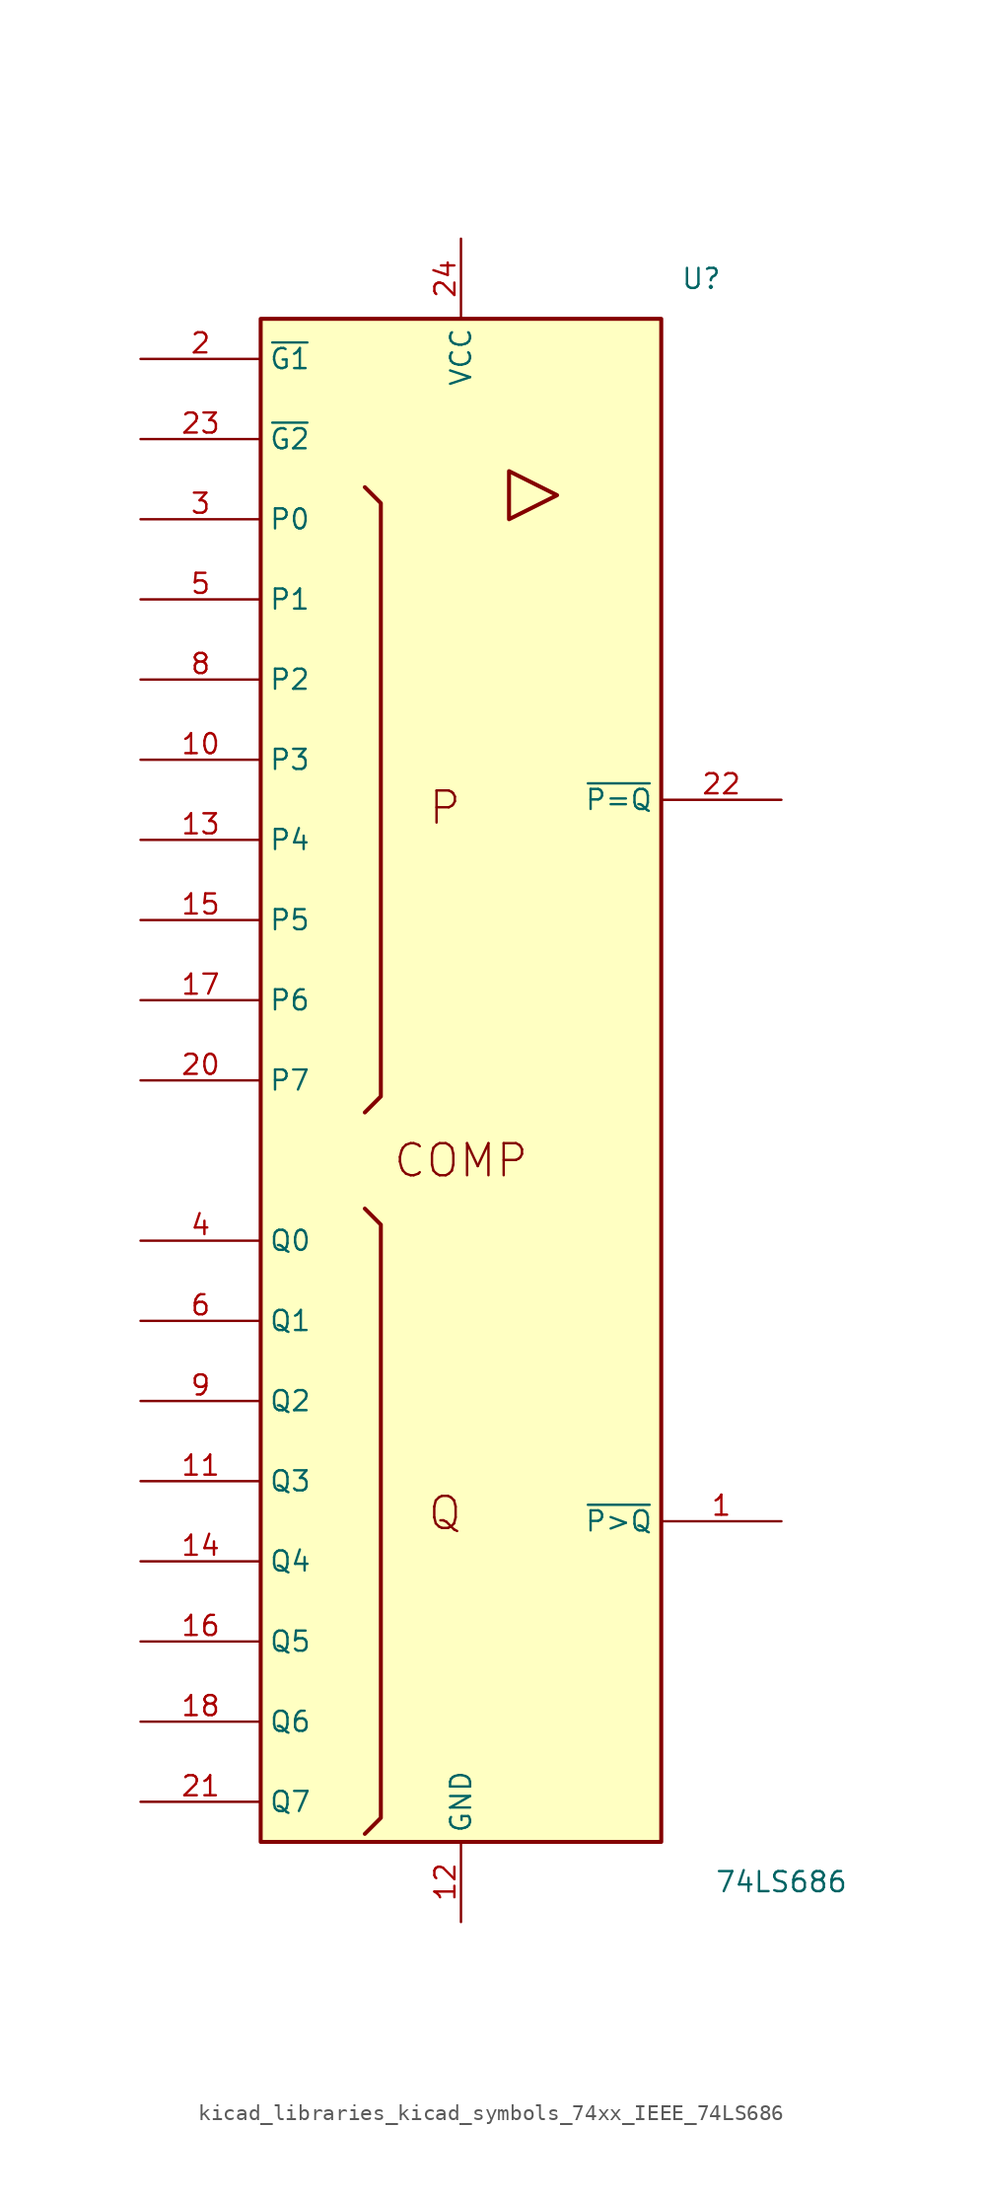
<source format=kicad_sym>
(kicad_symbol_lib
  (version 20220914)
  (generator kicad_symbol_editor)
  (symbol "kicad_libraries_kicad_symbols_74xx_IEEE_74LS686"
    (property "Reference" "U"
      (at 15.24 55.88 0)
      (effects (font (size 1.27 1.27))))
    (property "Value" "74LS686"
      (at 20.32 -45.72 0)
      (effects (font (size 1.27 1.27))))
    (symbol "kicad_libraries_kicad_symbols_74xx_IEEE_74LS686_0_0"
      (rectangle (start -12.7 53.34) (end 12.7 -43.18) (stroke (width 0.254) (type default)) (fill (type background)))
      (polyline (pts (xy 3.048 43.688) (xy 3.048 40.64) (xy 6.096 42.164) (xy 3.048 43.688) (xy 3.048 43.688)) (stroke (width 0.254) (type default)) (fill (type background)))
      (text "COMP" (at 0 0 0) (effects (font (size 2.032 2.032))))
      (text "P" (at -1.016 22.352 0) (effects (font (size 2.032 2.032))))
      (text "Q" (at -1.016 -22.352 0) (effects (font (size 2.032 2.032)))))
    (symbol "kicad_libraries_kicad_symbols_74xx_IEEE_74LS686_0_1"
      (polyline (pts (xy -6.096 -3.048) (xy -5.08 -4.064) (xy -5.08 -41.656) (xy -6.096 -42.672) (xy -6.096 -42.672)) (stroke (width 0.254) (type default)) (fill (type background)))
      (polyline (pts (xy -6.096 42.672) (xy -5.08 41.656) (xy -5.08 4.064) (xy -6.096 3.048) (xy -6.096 3.048)) (stroke (width 0.254) (type default)) (fill (type background))))
    (symbol "kicad_libraries_kicad_symbols_74xx_IEEE_74LS686_1_1"
      (pin output line (at 20.32 -22.86 180) (length 7.62) (name "~{P>Q}" (effects (font (size 1.27 1.27)))) (number "1" (effects (font (size 1.27 1.27)))))
      (pin input line (at -20.32 25.4 0) (length 7.62) (name "P3" (effects (font (size 1.27 1.27)))) (number "10" (effects (font (size 1.27 1.27)))))
      (pin input line (at -20.32 -20.32 0) (length 7.62) (name "Q3" (effects (font (size 1.27 1.27)))) (number "11" (effects (font (size 1.27 1.27)))))
      (pin power_in line (at 0 -48.26 90) (length 5.08) (name "GND" (effects (font (size 1.27 1.27)))) (number "12" (effects (font (size 1.27 1.27)))))
      (pin input line (at -20.32 20.32 0) (length 7.62) (name "P4" (effects (font (size 1.27 1.27)))) (number "13" (effects (font (size 1.27 1.27)))))
      (pin input line (at -20.32 -25.4 0) (length 7.62) (name "Q4" (effects (font (size 1.27 1.27)))) (number "14" (effects (font (size 1.27 1.27)))))
      (pin input line (at -20.32 15.24 0) (length 7.62) (name "P5" (effects (font (size 1.27 1.27)))) (number "15" (effects (font (size 1.27 1.27)))))
      (pin input line (at -20.32 -30.48 0) (length 7.62) (name "Q5" (effects (font (size 1.27 1.27)))) (number "16" (effects (font (size 1.27 1.27)))))
      (pin input line (at -20.32 10.16 0) (length 7.62) (name "P6" (effects (font (size 1.27 1.27)))) (number "17" (effects (font (size 1.27 1.27)))))
      (pin input line (at -20.32 -35.56 0) (length 7.62) (name "Q6" (effects (font (size 1.27 1.27)))) (number "18" (effects (font (size 1.27 1.27)))))
      (pin input line (at -20.32 50.8 0) (length 7.62) (name "~{G1}" (effects (font (size 1.27 1.27)))) (number "2" (effects (font (size 1.27 1.27)))))
      (pin input line (at -20.32 5.08 0) (length 7.62) (name "P7" (effects (font (size 1.27 1.27)))) (number "20" (effects (font (size 1.27 1.27)))))
      (pin input line (at -20.32 -40.64 0) (length 7.62) (name "Q7" (effects (font (size 1.27 1.27)))) (number "21" (effects (font (size 1.27 1.27)))))
      (pin output line (at 20.32 22.86 180) (length 7.62) (name "~{P=Q}" (effects (font (size 1.27 1.27)))) (number "22" (effects (font (size 1.27 1.27)))))
      (pin input line (at -20.32 45.72 0) (length 7.62) (name "~{G2}" (effects (font (size 1.27 1.27)))) (number "23" (effects (font (size 1.27 1.27)))))
      (pin power_in line (at 0 58.42 270) (length 5.08) (name "VCC" (effects (font (size 1.27 1.27)))) (number "24" (effects (font (size 1.27 1.27)))))
      (pin input line (at -20.32 40.64 0) (length 7.62) (name "P0" (effects (font (size 1.27 1.27)))) (number "3" (effects (font (size 1.27 1.27)))))
      (pin input line (at -20.32 -5.08 0) (length 7.62) (name "Q0" (effects (font (size 1.27 1.27)))) (number "4" (effects (font (size 1.27 1.27)))))
      (pin input line (at -20.32 35.56 0) (length 7.62) (name "P1" (effects (font (size 1.27 1.27)))) (number "5" (effects (font (size 1.27 1.27)))))
      (pin input line (at -20.32 -10.16 0) (length 7.62) (name "Q1" (effects (font (size 1.27 1.27)))) (number "6" (effects (font (size 1.27 1.27)))))
      (pin input line (at -20.32 30.48 0) (length 7.62) (name "P2" (effects (font (size 1.27 1.27)))) (number "8" (effects (font (size 1.27 1.27)))))
      (pin input line (at -20.32 -15.24 0) (length 7.62) (name "Q2" (effects (font (size 1.27 1.27)))) (number "9" (effects (font (size 1.27 1.27))))))))
</source>
